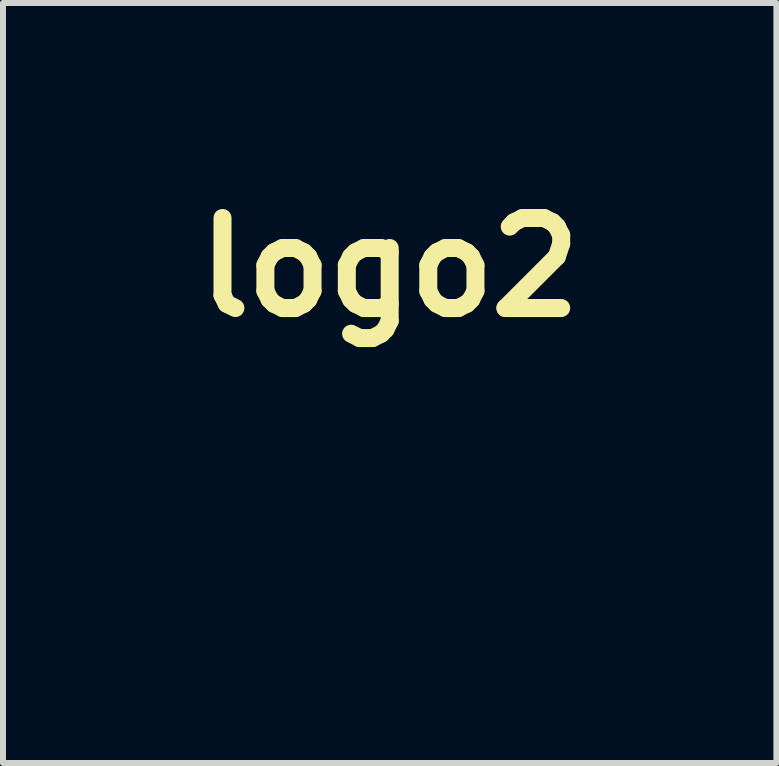
<source format=kicad_pcb>
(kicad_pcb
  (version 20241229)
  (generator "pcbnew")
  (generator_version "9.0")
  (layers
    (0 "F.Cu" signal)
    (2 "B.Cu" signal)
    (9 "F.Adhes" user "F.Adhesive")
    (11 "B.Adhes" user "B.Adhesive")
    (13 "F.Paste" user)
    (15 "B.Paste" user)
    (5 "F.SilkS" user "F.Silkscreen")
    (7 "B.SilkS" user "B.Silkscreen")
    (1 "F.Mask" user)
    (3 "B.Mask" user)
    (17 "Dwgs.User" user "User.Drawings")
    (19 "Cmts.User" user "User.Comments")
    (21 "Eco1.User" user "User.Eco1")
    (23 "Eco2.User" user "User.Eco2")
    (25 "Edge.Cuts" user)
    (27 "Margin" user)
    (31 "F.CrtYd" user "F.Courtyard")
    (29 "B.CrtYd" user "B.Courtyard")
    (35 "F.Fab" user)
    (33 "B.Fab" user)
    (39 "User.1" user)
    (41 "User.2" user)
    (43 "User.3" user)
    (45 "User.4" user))
  (footprint "logo2"
    (layer "F.Cu")
    (at 3.697 5.341)
    (property "Reference" "logo2" (at -0.254 -3.937 0) (layer "F.SilkS") (effects (font (size 1.5 1.5) (thickness 0.3))))
    (attr board_only exclude_from_pos_files exclude_from_bom allow_missing_courtyard)
    (fp_poly (pts (xy -0.638 -1.596) (xy -0.572 -1.588) (xy -0.518 -1.573) (xy -0.48 -1.553) (xy -0.475 -1.549) (xy -0.458 -1.538) (xy -0.43 -1.533) (xy -0.387 -1.533) (xy -0.348 -1.534) (xy -0.323 -1.531) (xy -0.304 -1.521) (xy -0.282 -1.502) (xy -0.282 -1.501) (xy -0.252 -1.477) (xy -0.221 -1.458) (xy -0.213 -1.455) (xy -0.173 -1.429) (xy -0.146 -1.387) (xy -0.134 -1.33) (xy -0.134 -1.33) (xy -0.134 -1.287) (xy -0.142 -1.243) (xy -0.159 -1.195) (xy -0.188 -1.136) (xy -0.209 -1.098) (xy -0.256 -1.025) (xy -0.307 -0.966) (xy -0.367 -0.916) (xy -0.442 -0.871) (xy -0.481 -0.851) (xy -0.566 -0.812) (xy -0.637 -0.786) (xy -0.697 -0.771) (xy -0.749 -0.767) (xy -0.798 -0.773) (xy -0.815 -0.777) (xy -0.862 -0.802) (xy -0.903 -0.846) (xy -0.933 -0.905) (xy -0.941 -0.927) (xy -0.959 -1.02) (xy -0.959 -1.045) (xy -0.885 -1.045) (xy -0.881 -0.984) (xy -0.867 -0.928) (xy -0.843 -0.884) (xy -0.829 -0.869) (xy -0.808 -0.854) (xy -0.788 -0.846) (xy -0.762 -0.843) (xy -0.721 -0.844) (xy -0.717 -0.844) (xy -0.674 -0.848) (xy -0.635 -0.856) (xy -0.593 -0.872) (xy -0.543 -0.894) (xy -0.495 -0.919) (xy -0.447 -0.947) (xy -0.408 -0.973) (xy -0.398 -0.981) (xy -0.346 -1.03) (xy -0.296 -1.091) (xy -0.251 -1.156) (xy -0.216 -1.221) (xy -0.194 -1.28) (xy -0.192 -1.284) (xy -0.185 -1.316) (xy -0.229 -1.276) (xy -0.261 -1.251) (xy -0.289 -1.239) (xy -0.318 -1.236) (xy -0.361 -1.246) (xy -0.395 -1.271) (xy -0.415 -1.307) (xy -0.419 -1.349) (xy -0.409 -1.383) (xy -0.397 -1.409) (xy -0.396 -1.42) (xy -0.406 -1.419) (xy -0.416 -1.416) (xy -0.441 -1.416) (xy -0.454 -1.422) (xy -0.471 -1.43) (xy -0.492 -1.426) (xy -0.523 -1.41) (xy -0.565 -1.381) (xy -0.569 -1.378) (xy -0.604 -1.355) (xy -0.636 -1.339) (xy -0.656 -1.334) (xy -0.691 -1.326) (xy -0.733 -1.302) (xy -0.776 -1.268) (xy -0.816 -1.227) (xy -0.848 -1.183) (xy -0.858 -1.165) (xy -0.877 -1.108) (xy -0.885 -1.045) (xy -0.959 -1.045) (xy -0.957 -1.108) (xy -0.934 -1.19) (xy -0.889 -1.266) (xy -0.825 -1.336) (xy -0.752 -1.391) (xy -0.748 -1.405) (xy -0.755 -1.422) (xy -0.762 -1.442) (xy -0.756 -1.461) (xy -0.745 -1.478) (xy -0.721 -1.51) (xy -0.752 -1.509) (xy -0.795 -1.505) (xy -0.85 -1.495) (xy -0.908 -1.48) (xy -0.962 -1.462) (xy -0.988 -1.451) (xy -1.037 -1.425) (xy -1.088 -1.392) (xy -1.136 -1.356) (xy -1.176 -1.321) (xy -1.202 -1.291) (xy -1.203 -1.288) (xy -1.222 -1.24) (xy -1.224 -1.191) (xy -1.21 -1.145) (xy -1.181 -1.109) (xy -1.155 -1.092) (xy -1.128 -1.074) (xy -1.12 -1.055) (xy -1.131 -1.039) (xy -1.161 -1.03) (xy -1.204 -1.037) (xy -1.243 -1.063) (xy -1.276 -1.106) (xy -1.294 -1.146) (xy -1.306 -1.21) (xy -1.298 -1.273) (xy -1.271 -1.335) (xy -1.227 -1.395) (xy -1.167 -1.45) (xy -1.093 -1.498) (xy -1.007 -1.539) (xy -0.91 -1.571) (xy -0.867 -1.581) (xy -0.79 -1.593) (xy -0.712 -1.598)) (stroke (width 0) (type solid)) (fill yes) (layer "In1.Cu"))
    (fp_poly (pts (xy 0.064 -1.69) (xy 0.113 -1.67) (xy 0.115 -1.669) (xy 0.139 -1.642) (xy 0.155 -1.601) (xy 0.159 -1.556) (xy 0.155 -1.527) (xy 0.149 -1.502) (xy 0.152 -1.494) (xy 0.162 -1.496) (xy 0.183 -1.506) (xy 0.21 -1.524) (xy 0.215 -1.528) (xy 0.24 -1.544) (xy 0.259 -1.553) (xy 0.261 -1.553) (xy 0.275 -1.562) (xy 0.284 -1.574) (xy 0.3 -1.59) (xy 0.328 -1.609) (xy 0.347 -1.619) (xy 0.404 -1.637) (xy 0.457 -1.635) (xy 0.503 -1.612) (xy 0.514 -1.603) (xy 0.542 -1.566) (xy 0.558 -1.518) (xy 0.562 -1.456) (xy 0.562 -1.441) (xy 0.561 -1.413) (xy 0.562 -1.393) (xy 0.571 -1.382) (xy 0.589 -1.376) (xy 0.621 -1.375) (xy 0.669 -1.378) (xy 0.7 -1.379) (xy 0.793 -1.383) (xy 0.877 -1.383) (xy 0.946 -1.38) (xy 1 -1.374) (xy 1.017 -1.371) (xy 1.056 -1.362) (xy 1.103 -1.352) (xy 1.138 -1.345) (xy 1.194 -1.334) (xy 1.237 -1.321) (xy 1.277 -1.304) (xy 1.321 -1.278) (xy 1.35 -1.259) (xy 1.403 -1.222) (xy 1.451 -1.185) (xy 1.49 -1.149) (xy 1.519 -1.119) (xy 1.534 -1.097) (xy 1.535 -1.088) (xy 1.536 -1.074) (xy 1.541 -1.072) (xy 1.551 -1.063) (xy 1.553 -1.051) (xy 1.562 -1.032) (xy 1.573 -1.026) (xy 1.589 -1.013) (xy 1.609 -0.983) (xy 1.632 -0.943) (xy 1.654 -0.895) (xy 1.674 -0.845) (xy 1.689 -0.798) (xy 1.697 -0.765) (xy 1.701 -0.72) (xy 1.702 -0.659) (xy 1.7 -0.585) (xy 1.695 -0.503) (xy 1.689 -0.418) (xy 1.681 -0.333) (xy 1.671 -0.254) (xy 1.661 -0.192) (xy 1.651 -0.14) (xy 1.643 -0.092) (xy 1.636 -0.055) (xy 1.633 -0.038) (xy 1.633 -0.016) (xy 1.641 0.004) (xy 1.663 0.027) (xy 1.673 0.036) (xy 1.707 0.063) (xy 1.735 0.074) (xy 1.762 0.07) (xy 1.783 0.06) (xy 1.819 0.046) (xy 1.849 0.049) (xy 1.864 0.058) (xy 1.878 0.079) (xy 1.873 0.103) (xy 1.853 0.124) (xy 1.843 0.13) (xy 1.824 0.141) (xy 1.823 0.155) (xy 1.827 0.165) (xy 1.834 0.185) (xy 1.827 0.205) (xy 1.816 0.221) (xy 1.792 0.254) (xy 1.815 0.27) (xy 1.835 0.289) (xy 1.833 0.304) (xy 1.81 0.318) (xy 1.809 0.318) (xy 1.781 0.322) (xy 1.752 0.311) (xy 1.75 0.31) (xy 1.728 0.299) (xy 1.714 0.299) (xy 1.702 0.31) (xy 1.666 0.33) (xy 1.618 0.334) (xy 1.561 0.321) (xy 1.553 0.318) (xy 1.521 0.306) (xy 1.498 0.298) (xy 1.491 0.295) (xy 1.486 0.304) (xy 1.472 0.326) (xy 1.461 0.346) (xy 1.446 0.376) (xy 1.439 0.398) (xy 1.44 0.422) (xy 1.448 0.458) (xy 1.454 0.482) (xy 1.459 0.507) (xy 1.465 0.536) (xy 1.471 0.573) (xy 1.478 0.622) (xy 1.487 0.684) (xy 1.499 0.765) (xy 1.5 0.777) (xy 1.505 0.826) (xy 1.509 0.889) (xy 1.511 0.956) (xy 1.511 1.009) (xy 1.51 1.067) (xy 1.51 1.106) (xy 1.512 1.129) (xy 1.516 1.14) (xy 1.522 1.143) (xy 1.525 1.142) (xy 1.54 1.131) (xy 1.542 1.126) (xy 1.552 1.118) (xy 1.57 1.116) (xy 1.597 1.124) (xy 1.617 1.149) (xy 1.637 1.174) (xy 1.668 1.191) (xy 1.713 1.202) (xy 1.775 1.207) (xy 1.795 1.208) (xy 1.846 1.211) (xy 1.879 1.217) (xy 1.899 1.227) (xy 1.9 1.228) (xy 1.913 1.25) (xy 1.905 1.267) (xy 1.877 1.28) (xy 1.852 1.284) (xy 1.816 1.289) (xy 1.785 1.291) (xy 1.754 1.292) (xy 1.716 1.29) (xy 1.667 1.287) (xy 1.619 1.283) (xy 1.553 1.278) (xy 1.504 1.277) (xy 1.468 1.281) (xy 1.449 1.285) (xy 1.427 1.288) (xy 1.386 1.29) (xy 1.33 1.292) (xy 1.26 1.294) (xy 1.181 1.295) (xy 1.095 1.295) (xy 1.005 1.295) (xy 0.914 1.295) (xy 0.825 1.294) (xy 0.742 1.292) (xy 0.667 1.29) (xy 0.603 1.288) (xy 0.553 1.285) (xy 0.521 1.282) (xy 0.514 1.281) (xy 0.458 1.272) (xy 0.405 1.27) (xy 0.363 1.276) (xy 0.347 1.282) (xy 0.323 1.29) (xy 0.285 1.299) (xy 0.239 1.308) (xy 0.192 1.316) (xy 0.15 1.321) (xy 0.12 1.322) (xy 0.098 1.32) (xy 0.059 1.318) (xy 0.013 1.314) (xy -0.011 1.312) (xy -0.116 1.304) (xy -0.2 1.299) (xy -0.267 1.295) (xy -0.318 1.293) (xy -0.355 1.293) (xy -0.379 1.295) (xy -0.394 1.298) (xy -0.398 1.301) (xy -0.419 1.308) (xy -0.445 1.307) (xy -0.472 1.303) (xy -0.512 1.297) (xy -0.549 1.292) (xy -0.613 1.278) (xy -0.657 1.255) (xy -0.681 1.225) (xy -0.683 1.217) (xy -0.693 1.198) (xy -0.703 1.192) (xy -0.74 1.189) (xy -0.755 1.187) (xy -0.594 1.187) (xy -0.583 1.205) (xy -0.552 1.215) (xy -0.543 1.216) (xy -0.503 1.218) (xy -0.481 1.211) (xy -0.477 1.201) (xy -0.367 1.201) (xy -0.355 1.21) (xy -0.324 1.214) (xy -0.314 1.214) (xy -0.286 1.214) (xy -0.278 1.21) (xy -0.284 1.199) (xy -0.29 1.192) (xy -0.317 1.174) (xy -0.344 1.173) (xy -0.36 1.185) (xy -0.367 1.201) (xy -0.477 1.201) (xy -0.475 1.196) (xy -0.477 1.188) (xy -0.494 1.158) (xy -0.521 1.141) (xy -0.552 1.139) (xy -0.578 1.154) (xy -0.584 1.162) (xy -0.594 1.187) (xy -0.755 1.187) (xy -0.785 1.182) (xy -0.828 1.173) (xy -0.864 1.162) (xy -0.881 1.155) (xy -0.9 1.135) (xy -0.907 1.109) (xy -0.901 1.074) (xy -0.816 1.074) (xy -0.816 1.089) (xy -0.798 1.099) (xy -0.76 1.103) (xy -0.748 1.104) (xy -0.724 1.103) (xy -0.718 1.095) (xy -0.725 1.074) (xy -0.725 1.072) (xy -0.744 1.042) (xy -0.767 1.031) (xy -0.791 1.041) (xy -0.801 1.05) (xy -0.816 1.074) (xy -0.901 1.074) (xy -0.901 1.071) (xy -0.885 1.026) (xy -0.873 0.989) (xy -0.859 0.938) (xy -0.844 0.876) (xy -0.83 0.81) (xy -0.817 0.746) (xy -0.807 0.687) (xy -0.8 0.64) (xy -0.799 0.615) (xy -0.802 0.574) (xy -0.809 0.53) (xy -0.812 0.519) (xy -0.819 0.487) (xy -0.819 0.469) (xy -0.811 0.458) (xy -0.807 0.454) (xy -0.794 0.444) (xy -0.79 0.433) (xy -0.794 0.417) (xy -0.808 0.391) (xy -0.826 0.361) (xy -0.864 0.298) (xy -0.918 0.309) (xy -0.976 0.315) (xy -1.018 0.307) (xy -1.046 0.284) (xy -1.056 0.26) (xy -1.057 0.245) (xy -1.053 0.23) (xy -1.04 0.209) (xy -1.016 0.181) (xy -0.981 0.144) (xy -0.929 0.085) (xy -0.895 0.037) (xy -0.879 -0.003) (xy -0.88 -0.035) (xy -0.894 -0.057) (xy -0.91 -0.071) (xy -0.923 -0.074) (xy -0.943 -0.065) (xy -0.954 -0.059) (xy -0.977 -0.039) (xy -1.008 -0.003) (xy -1.043 0.045) (xy -1.081 0.1) (xy -1.118 0.16) (xy -1.151 0.221) (xy -1.164 0.246) (xy -1.186 0.293) (xy -1.211 0.354) (xy -1.238 0.422) (xy -1.264 0.491) (xy -1.286 0.556) (xy -1.304 0.611) (xy -1.311 0.637) (xy -1.317 0.671) (xy -1.323 0.719) (xy -1.328 0.773) (xy -1.33 0.798) (xy -1.343 0.913) (xy -1.37 1.013) (xy -1.412 1.1) (xy -1.451 1.156) (xy -1.49 1.195) (xy -1.534 1.216) (xy -1.589 1.221) (xy -1.595 1.22) (xy -1.641 1.212) (xy -1.679 1.188) (xy -1.714 1.147) (xy -1.735 1.111) (xy -1.762 1.066) (xy -1.787 1.038) (xy -1.815 1.024) (xy -1.852 1.024) (xy -1.903 1.034) (xy -1.927 1.04) (xy -2.003 1.06) (xy -2.061 1.071) (xy -2.105 1.073) (xy -2.137 1.066) (xy -2.161 1.051) (xy -2.178 1.026) (xy -2.184 0.999) (xy -2.184 0.959) (xy -2.179 0.914) (xy -2.169 0.874) (xy -2.161 0.855) (xy -2.124 0.807) (xy -2.072 0.768) (xy -2.008 0.743) (xy -1.98 0.737) (xy -1.95 0.729) (xy -1.94 0.719) (xy -1.94 0.716) (xy -1.954 0.654) (xy -1.954 0.581) (xy -1.94 0.504) (xy -1.916 0.428) (xy -1.88 0.358) (xy -1.842 0.306) (xy -1.799 0.259) (xy -1.803 0.127) (xy -1.804 0.053) (xy -1.801 -0.004) (xy -1.793 -0.051) (xy -1.779 -0.092) (xy -1.757 -0.133) (xy -1.74 -0.16) (xy -1.704 -0.212) (xy -1.672 -0.252) (xy -1.638 -0.283) (xy -1.599 -0.313) (xy -1.597 -0.314) (xy -1.547 -0.348) (xy -1.551 -0.425) (xy -1.55 -0.494) (xy -1.538 -0.558) (xy -1.512 -0.623) (xy -1.471 -0.691) (xy -1.414 -0.768) (xy -1.413 -0.769) (xy -1.364 -0.825) (xy -1.319 -0.867) (xy -1.272 -0.899) (xy -1.264 -0.904) (xy -1.196 -0.94) (xy -1.145 -0.965) (xy -1.106 -0.98) (xy -1.077 -0.985) (xy -1.055 -0.981) (xy -1.037 -0.97) (xy -1.035 -0.967) (xy -1.023 -0.948) (xy -1.018 -0.924) (xy -1.02 -0.904) (xy -1.028 -0.897) (xy -1.046 -0.902) (xy -1.059 -0.909) (xy -1.075 -0.914) (xy -1.097 -0.91) (xy -1.131 -0.895) (xy -1.134 -0.893) (xy -1.23 -0.837) (xy -1.309 -0.773) (xy -1.377 -0.698) (xy -1.406 -0.656) (xy -1.451 -0.578) (xy -1.475 -0.506) (xy -1.481 -0.435) (xy -1.47 -0.37) (xy -1.46 -0.323) (xy -1.464 -0.292) (xy -1.48 -0.276) (xy -1.497 -0.273) (xy -1.526 -0.265) (xy -1.562 -0.242) (xy -1.602 -0.209) (xy -1.642 -0.168) (xy -1.676 -0.125) (xy -1.686 -0.109) (xy -1.709 -0.059) (xy -1.724 0.004) (xy -1.73 0.083) (xy -1.729 0.179) (xy -1.723 0.252) (xy -1.715 0.334) (xy -1.752 0.347) (xy -1.788 0.369) (xy -1.818 0.408) (xy -1.846 0.465) (xy -1.859 0.5) (xy -1.875 0.558) (xy -1.88 0.608) (xy -1.874 0.659) (xy -1.86 0.713) (xy -1.844 0.769) (xy -1.84 0.806) (xy -1.846 0.827) (xy -1.864 0.833) (xy -1.895 0.824) (xy -1.907 0.819) (xy -1.95 0.811) (xy -1.995 0.82) (xy -2.038 0.845) (xy -2.073 0.881) (xy -2.097 0.926) (xy -2.099 0.936) (xy -2.105 0.968) (xy -2.107 0.991) (xy -2.105 0.996) (xy -2.092 1.004) (xy -2.066 1.005) (xy -2.024 0.996) (xy -1.966 0.979) (xy -1.908 0.962) (xy -1.864 0.954) (xy -1.827 0.954) (xy -1.792 0.961) (xy -1.782 0.964) (xy -1.739 0.984) (xy -1.707 1.014) (xy -1.682 1.056) (xy -1.651 1.107) (xy -1.619 1.139) (xy -1.589 1.149) (xy -1.546 1.138) (xy -1.506 1.108) (xy -1.471 1.06) (xy -1.441 0.996) (xy -1.418 0.919) (xy -1.402 0.831) (xy -1.396 0.773) (xy -1.39 0.696) (xy -1.381 0.634) (xy -1.368 0.58) (xy -1.352 0.531) (xy -1.342 0.502) (xy -1.327 0.46) (xy -1.309 0.409) (xy -1.293 0.365) (xy -1.268 0.301) (xy -1.237 0.234) (xy -1.198 0.161) (xy -1.15 0.079) (xy -1.09 -0.017) (xy -1.075 -0.041) (xy -1.036 -0.093) (xy -0.997 -0.124) (xy -0.955 -0.138) (xy -0.919 -0.138) (xy -0.871 -0.124) (xy -0.835 -0.095) (xy -0.814 -0.053) (xy -0.809 -0.003) (xy -0.821 0.053) (xy -0.832 0.08) (xy -0.852 0.112) (xy -0.881 0.15) (xy -0.912 0.185) (xy -0.939 0.214) (xy -0.953 0.231) (xy -0.954 0.238) (xy -0.943 0.238) (xy -0.941 0.237) (xy -0.911 0.231) (xy -0.875 0.224) (xy -0.871 0.223) (xy -0.835 0.215) (xy -0.792 0.202) (xy -0.772 0.195) (xy -0.737 0.182) (xy -0.689 0.165) (xy -0.636 0.147) (xy -0.607 0.137) (xy -0.506 0.101) (xy -0.424 0.063) (xy -0.359 0.024) (xy -0.306 -0.021) (xy -0.264 -0.072) (xy -0.231 -0.128) (xy -0.209 -0.175) (xy -0.199 -0.209) (xy -0.2 -0.238) (xy -0.21 -0.267) (xy -0.214 -0.275) (xy -0.226 -0.308) (xy -0.233 -0.348) (xy -0.233 -0.354) (xy -0.231 -0.386) (xy -0.221 -0.399) (xy -0.205 -0.392) (xy -0.185 -0.365) (xy -0.174 -0.346) (xy -0.156 -0.315) (xy -0.141 -0.293) (xy -0.135 -0.286) (xy -0.124 -0.273) (xy -0.109 -0.247) (xy -0.1 -0.23) (xy -0.077 -0.19) (xy -0.051 -0.151) (xy -0.043 -0.14) (xy -0.02 -0.109) (xy -0.013 -0.089) (xy -0.02 -0.077) (xy -0.035 -0.07) (xy -0.054 -0.069) (xy -0.074 -0.081) (xy -0.095 -0.103) (xy -0.118 -0.126) (xy -0.135 -0.14) (xy -0.14 -0.142) (xy -0.149 -0.133) (xy -0.164 -0.109) (xy -0.181 -0.075) (xy -0.181 -0.074) (xy -0.229 0.003) (xy -0.294 0.072) (xy -0.369 0.126) (xy -0.394 0.139) (xy -0.431 0.155) (xy -0.482 0.175) (xy -0.543 0.197) (xy -0.605 0.219) (xy -0.621 0.225) (xy -0.676 0.243) (xy -0.723 0.26) (xy -0.759 0.274) (xy -0.779 0.283) (xy -0.783 0.285) (xy -0.78 0.298) (xy -0.768 0.324) (xy -0.75 0.357) (xy -0.749 0.357) (xy -0.726 0.404) (xy -0.713 0.446) (xy -0.712 0.479) (xy -0.723 0.498) (xy -0.723 0.499) (xy -0.73 0.515) (xy -0.73 0.55) (xy -0.729 0.562) (xy -0.728 0.604) (xy -0.732 0.66) (xy -0.742 0.733) (xy -0.758 0.825) (xy -0.765 0.863) (xy -0.773 0.91) (xy -0.776 0.94) (xy -0.772 0.956) (xy -0.762 0.962) (xy -0.755 0.963) (xy -0.734 0.97) (xy -0.707 0.987) (xy -0.696 0.996) (xy -0.658 1.029) (xy -0.647 0.993) (xy -0.631 0.94) (xy -0.619 0.888) (xy -0.612 0.844) (xy -0.609 0.811) (xy -0.612 0.795) (xy -0.612 0.794) (xy -0.623 0.77) (xy -0.617 0.744) (xy -0.609 0.734) (xy -0.6 0.717) (xy -0.592 0.685) (xy -0.586 0.644) (xy -0.586 0.643) (xy -0.578 0.561) (xy -0.571 0.491) (xy -0.565 0.436) (xy -0.561 0.397) (xy -0.559 0.377) (xy -0.559 0.375) (xy -0.548 0.371) (xy -0.529 0.376) (xy -0.511 0.386) (xy -0.504 0.393) (xy -0.5 0.404) (xy -0.499 0.423) (xy -0.5 0.454) (xy -0.504 0.5) (xy -0.509 0.541) (xy -0.515 0.604) (xy -0.52 0.668) (xy -0.524 0.725) (xy -0.525 0.766) (xy -0.528 0.816) (xy -0.536 0.877) (xy -0.547 0.938) (xy -0.551 0.954) (xy -0.561 1) (xy -0.568 1.037) (xy -0.571 1.06) (xy -0.571 1.066) (xy -0.557 1.07) (xy -0.531 1.072) (xy -0.53 1.072) (xy -0.499 1.078) (xy -0.464 1.094) (xy -0.455 1.099) (xy -0.429 1.116) (xy -0.411 1.121) (xy -0.392 1.115) (xy -0.381 1.109) (xy -0.337 1.097) (xy -0.313 1.098) (xy -0.283 1.111) (xy -0.248 1.136) (xy -0.217 1.165) (xy -0.195 1.195) (xy -0.191 1.204) (xy -0.186 1.214) (xy -0.175 1.222) (xy -0.156 1.227) (xy -0.126 1.232) (xy -0.081 1.236) (xy -0.019 1.239) (xy 0.018 1.241) (xy 0.12 1.242) (xy 0.201 1.235) (xy 0.263 1.221) (xy 0.305 1.2) (xy 0.321 1.182) (xy 0.333 1.153) (xy 0.417 1.153) (xy 0.42 1.173) (xy 0.438 1.184) (xy 0.473 1.189) (xy 0.495 1.191) (xy 0.517 1.189) (xy 0.518 1.186) (xy 0.626 1.186) (xy 0.629 1.198) (xy 0.651 1.203) (xy 0.667 1.203) (xy 0.695 1.202) (xy 0.708 1.195) (xy 0.711 1.178) (xy 0.711 1.176) (xy 0.703 1.155) (xy 0.684 1.148) (xy 0.658 1.156) (xy 0.644 1.167) (xy 0.626 1.186) (xy 0.518 1.186) (xy 0.525 1.175) (xy 0.525 1.163) (xy 0.518 1.131) (xy 0.5 1.108) (xy 0.475 1.095) (xy 0.451 1.096) (xy 0.431 1.112) (xy 0.426 1.122) (xy 0.417 1.153) (xy 0.333 1.153) (xy 0.334 1.15) (xy 0.339 1.122) (xy 0.345 1.09) (xy 0.355 1.069) (xy 0.368 1.039) (xy 0.38 0.992) (xy 0.391 0.934) (xy 0.4 0.87) (xy 0.407 0.805) (xy 0.41 0.745) (xy 0.41 0.695) (xy 0.405 0.66) (xy 0.404 0.658) (xy 0.408 0.641) (xy 0.418 0.631) (xy 0.437 0.625) (xy 0.455 0.636) (xy 0.456 0.638) (xy 0.466 0.651) (xy 0.471 0.67) (xy 0.474 0.7) (xy 0.474 0.746) (xy 0.474 0.761) (xy 0.473 0.809) (xy 0.474 0.84) (xy 0.477 0.856) (xy 0.484 0.863) (xy 0.491 0.864) (xy 0.518 0.854) (xy 0.546 0.826) (xy 0.572 0.785) (xy 0.593 0.735) (xy 0.607 0.681) (xy 0.615 0.645) (xy 0.627 0.629) (xy 0.644 0.629) (xy 0.656 0.634) (xy 0.671 0.647) (xy 0.677 0.668) (xy 0.674 0.7) (xy 0.662 0.748) (xy 0.661 0.751) (xy 0.631 0.824) (xy 0.587 0.881) (xy 0.53 0.92) (xy 0.487 0.937) (xy 0.464 0.947) (xy 0.454 0.965) (xy 0.451 0.987) (xy 0.45 1.014) (xy 0.456 1.026) (xy 0.475 1.028) (xy 0.481 1.028) (xy 0.518 1.038) (xy 0.554 1.064) (xy 0.593 1.101) (xy 0.633 1.082) (xy 0.671 1.069) (xy 0.703 1.068) (xy 0.741 1.086) (xy 0.774 1.116) (xy 0.793 1.153) (xy 0.794 1.156) (xy 0.8 1.183) (xy 0.805 1.201) (xy 0.811 1.206) (xy 0.829 1.209) (xy 0.86 1.212) (xy 0.907 1.213) (xy 0.972 1.214) (xy 1.043 1.214) (xy 1.114 1.214) (xy 1.179 1.215) (xy 1.235 1.216) (xy 1.277 1.218) (xy 1.302 1.22) (xy 1.306 1.22) (xy 1.342 1.224) (xy 1.38 1.218) (xy 1.409 1.206) (xy 1.421 1.194) (xy 1.426 1.175) (xy 1.432 1.14) (xy 1.436 1.094) (xy 1.439 1.055) (xy 1.443 1.005) (xy 1.446 0.964) (xy 1.449 0.937) (xy 1.451 0.927) (xy 1.452 0.913) (xy 1.45 0.883) (xy 1.445 0.84) (xy 1.44 0.796) (xy 1.432 0.729) (xy 1.424 0.655) (xy 1.418 0.585) (xy 1.416 0.557) (xy 1.413 0.504) (xy 1.409 0.47) (xy 1.404 0.451) (xy 1.398 0.443) (xy 1.391 0.442) (xy 1.383 0.442) (xy 1.378 0.441) (xy 1.377 0.434) (xy 1.38 0.42) (xy 1.389 0.396) (xy 1.403 0.359) (xy 1.424 0.307) (xy 1.444 0.257) (xy 1.451 0.24) (xy 1.528 0.24) (xy 1.554 0.251) (xy 1.6 0.261) (xy 1.644 0.257) (xy 1.671 0.245) (xy 1.707 0.233) (xy 1.729 0.235) (xy 1.751 0.239) (xy 1.761 0.237) (xy 1.761 0.236) (xy 1.756 0.221) (xy 1.744 0.197) (xy 1.729 0.17) (xy 1.714 0.15) (xy 1.706 0.142) (xy 1.693 0.136) (xy 1.669 0.12) (xy 1.646 0.103) (xy 1.618 0.083) (xy 1.599 0.07) (xy 1.592 0.068) (xy 1.587 0.079) (xy 1.577 0.103) (xy 1.575 0.109) (xy 1.566 0.135) (xy 1.569 0.148) (xy 1.573 0.151) (xy 1.585 0.163) (xy 1.578 0.184) (xy 1.557 0.21) (xy 1.528 0.24) (xy 1.451 0.24) (xy 1.469 0.193) (xy 1.494 0.128) (xy 1.516 0.068) (xy 1.533 0.02) (xy 1.538 0.006) (xy 1.561 -0.082) (xy 1.581 -0.186) (xy 1.598 -0.303) (xy 1.61 -0.427) (xy 1.618 -0.555) (xy 1.62 -0.645) (xy 1.62 -0.707) (xy 1.618 -0.752) (xy 1.614 -0.787) (xy 1.607 -0.816) (xy 1.598 -0.841) (xy 1.549 -0.937) (xy 1.482 -1.03) (xy 1.399 -1.114) (xy 1.305 -1.187) (xy 1.3 -1.19) (xy 1.27 -1.209) (xy 1.243 -1.223) (xy 1.215 -1.234) (xy 1.18 -1.244) (xy 1.133 -1.255) (xy 1.071 -1.267) (xy 1.058 -1.269) (xy 0.991 -1.281) (xy 0.939 -1.29) (xy 0.898 -1.294) (xy 0.862 -1.296) (xy 0.824 -1.295) (xy 0.779 -1.291) (xy 0.775 -1.291) (xy 0.718 -1.286) (xy 0.659 -1.283) (xy 0.609 -1.281) (xy 0.591 -1.28) (xy 0.552 -1.279) (xy 0.527 -1.275) (xy 0.507 -1.263) (xy 0.484 -1.24) (xy 0.475 -1.231) (xy 0.437 -1.196) (xy 0.404 -1.181) (xy 0.377 -1.186) (xy 0.36 -1.204) (xy 0.355 -1.222) (xy 0.361 -1.238) (xy 0.381 -1.262) (xy 0.381 -1.262) (xy 0.414 -1.303) (xy 0.445 -1.354) (xy 0.468 -1.405) (xy 0.475 -1.43) (xy 0.479 -1.469) (xy 0.474 -1.506) (xy 0.463 -1.535) (xy 0.448 -1.548) (xy 0.427 -1.546) (xy 0.396 -1.536) (xy 0.363 -1.52) (xy 0.336 -1.503) (xy 0.325 -1.491) (xy 0.308 -1.478) (xy 0.301 -1.477) (xy 0.285 -1.468) (xy 0.281 -1.461) (xy 0.269 -1.45) (xy 0.242 -1.432) (xy 0.205 -1.412) (xy 0.189 -1.404) (xy 0.15 -1.384) (xy 0.119 -1.367) (xy 0.1 -1.356) (xy 0.097 -1.353) (xy 0.078 -1.343) (xy 0.049 -1.343) (xy 0.018 -1.351) (xy -0.007 -1.365) (xy -0.016 -1.378) (xy -0.034 -1.404) (xy -0.064 -1.427) (xy -0.098 -1.442) (xy -0.114 -1.444) (xy -0.139 -1.452) (xy -0.15 -1.473) (xy -0.148 -1.5) (xy -0.131 -1.526) (xy -0.124 -1.537) (xy -0.045 -1.537) (xy -0.029 -1.507) (xy -0.014 -1.494) (xy 0.01 -1.475) (xy 0.026 -1.459) (xy 0.043 -1.446) (xy 0.054 -1.448) (xy 0.056 -1.452) (xy 0.058 -1.468) (xy 0.062 -1.493) (xy 0.068 -1.543) (xy 0.069 -1.576) (xy 0.063 -1.596) (xy 0.052 -1.607) (xy 0.047 -1.609) (xy 0.023 -1.611) (xy -0.007 -1.597) (xy -0.013 -1.593) (xy -0.04 -1.566) (xy -0.045 -1.537) (xy -0.124 -1.537) (xy -0.117 -1.546) (xy -0.113 -1.561) (xy -0.114 -1.562) (xy -0.112 -1.579) (xy -0.098 -1.604) (xy -0.076 -1.633) (xy -0.048 -1.66) (xy -0.033 -1.672) (xy 0.014 -1.691)) (stroke (width 0) (type solid)) (fill yes) (layer "In1.Cu")))
  (gr_rect
    (start -3 -3)
    (end 9.886 9.663)
    (stroke (width 0.1) (type default))
    (fill no)
    (layer "Edge.Cuts")))
</source>
